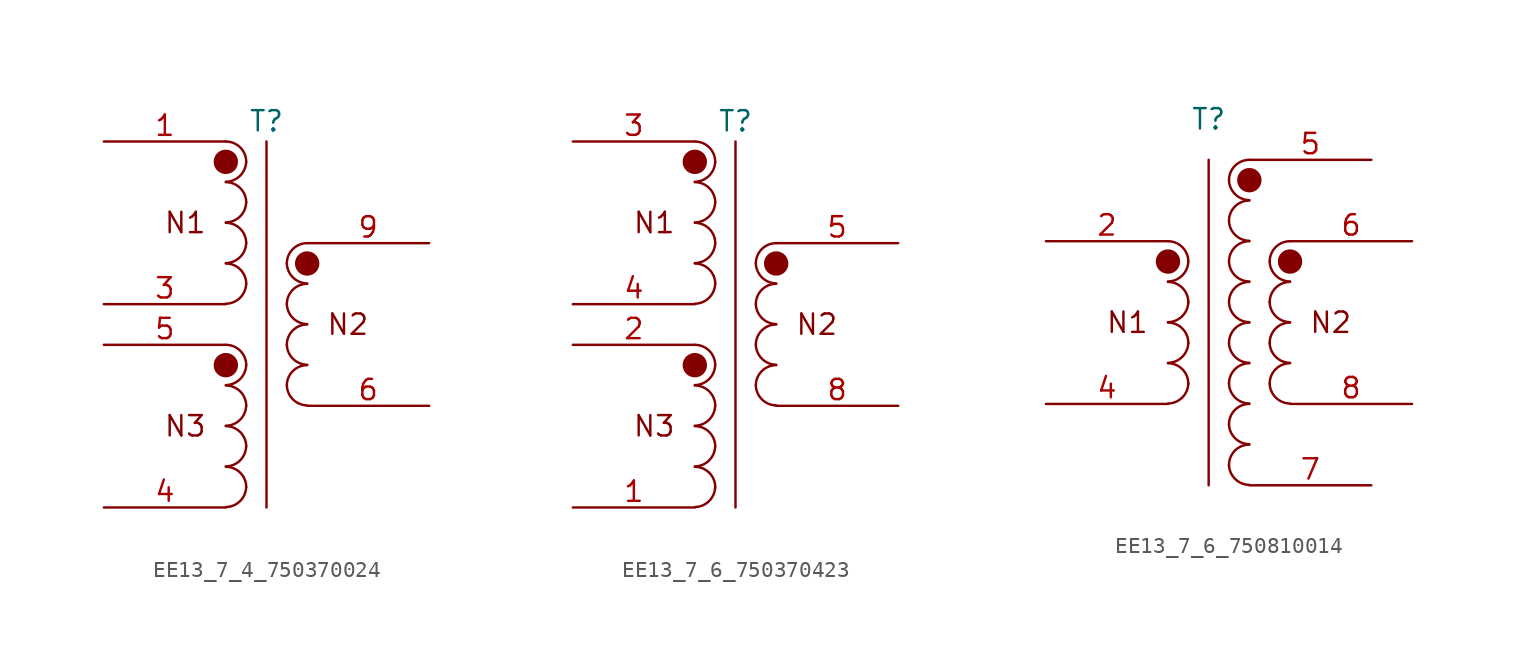
<source format=kicad_sym>
(kicad_symbol_lib
  (version 20220914)
  (generator kicad_symbol_editor)
  (symbol "EE13_7_4_750370024"
    (pin_names hide)
    (property "Reference" "T"
      (at 0 12.7 0)
      (effects (font (size 1.27 1.27))))
    (property "Critical Parameter" ""
      (at 0 -5.08 0)
      (effects (font (size 1.27 1.27)) (justify left)))
    (symbol "EE13_7_4_750370024_0_1"
      (arc (start -2.54 -11.4046) (mid -1.6561 -11.0363) (end -1.27 -10.16) (stroke (width 0) (type default)) (fill (type none)))
      (arc (start -2.54 -8.8646) (mid -1.6561 -8.4963) (end -1.27 -7.62) (stroke (width 0) (type default)) (fill (type none)))
      (arc (start -2.54 -6.3246) (mid -1.6561 -5.9563) (end -1.27 -5.08) (stroke (width 0) (type default)) (fill (type none)))
      (arc (start -2.54 -3.7846) (mid -1.6561 -3.4163) (end -1.27 -2.54) (stroke (width 0) (type default)) (fill (type none)))
      (arc (start -2.54 1.2954) (mid -1.6561 1.6637) (end -1.27 2.54) (stroke (width 0) (type default)) (fill (type none)))
      (arc (start -2.54 3.8354) (mid -1.6561 4.2037) (end -1.27 5.08) (stroke (width 0) (type default)) (fill (type none)))
      (arc (start -2.54 6.3754) (mid -1.6561 6.7437) (end -1.27 7.62) (stroke (width 0) (type default)) (fill (type none)))
      (arc (start -2.54 8.9154) (mid -1.6561 9.2837) (end -1.27 10.16) (stroke (width 0) (type default)) (fill (type none)))
      (arc (start -1.27 -10.16) (mid -1.642 -9.262) (end -2.54 -8.89) (stroke (width 0) (type default)) (fill (type none)))
      (arc (start -1.27 -7.62) (mid -1.642 -6.722) (end -2.54 -6.35) (stroke (width 0) (type default)) (fill (type none)))
      (arc (start -1.27 -5.08) (mid -1.642 -4.182) (end -2.54 -3.81) (stroke (width 0) (type default)) (fill (type none)))
      (arc (start -1.27 -2.54) (mid -1.642 -1.642) (end -2.54 -1.27) (stroke (width 0) (type default)) (fill (type none)))
      (arc (start -1.27 2.54) (mid -1.642 3.438) (end -2.54 3.81) (stroke (width 0) (type default)) (fill (type none)))
      (arc (start -1.27 5.08) (mid -1.642 5.978) (end -2.54 6.35) (stroke (width 0) (type default)) (fill (type none)))
      (arc (start -1.27 7.62) (mid -1.642 8.518) (end -2.54 8.89) (stroke (width 0) (type default)) (fill (type none)))
      (arc (start -1.27 10.16) (mid -1.642 11.058) (end -2.54 11.43) (stroke (width 0) (type default)) (fill (type none)))
      (polyline (pts (xy 0 -11.43) (xy 0 11.43)) (stroke (width 0) (type default)) (fill (type none)))
      (arc (start 1.27 -3.81) (mid 1.6561 -4.6863) (end 2.54 -5.0546) (stroke (width 0) (type default)) (fill (type none)))
      (arc (start 1.27 -1.27) (mid 1.6561 -2.1463) (end 2.54 -2.5146) (stroke (width 0) (type default)) (fill (type none)))
      (arc (start 1.27 1.27) (mid 1.6561 0.3937) (end 2.54 0.0254) (stroke (width 0) (type default)) (fill (type none)))
      (arc (start 1.27 3.81) (mid 1.6561 2.9337) (end 2.54 2.5654) (stroke (width 0) (type default)) (fill (type none)))
      (arc (start 2.54 -2.54) (mid 1.642 -2.912) (end 1.27 -3.81) (stroke (width 0) (type default)) (fill (type none)))
      (arc (start 2.54 0) (mid 1.642 -0.372) (end 1.27 -1.27) (stroke (width 0) (type default)) (fill (type none)))
      (arc (start 2.54 2.54) (mid 1.642 2.168) (end 1.27 1.27) (stroke (width 0) (type default)) (fill (type none)))
      (arc (start 2.54 5.08) (mid 1.642 4.708) (end 1.27 3.81) (stroke (width 0) (type default)) (fill (type none))))
    (symbol "EE13_7_4_750370024_1_1"
      (circle (center -2.54 -2.54) (radius 0.0001) (stroke (width 0.762) (type default)) (fill (type none)))
      (circle (center -2.54 10.16) (radius 0.0001) (stroke (width 0.762) (type default)) (fill (type none)))
      (circle (center 2.54 3.81) (radius 0.0001) (stroke (width 0.762) (type default)) (fill (type none)))
      (text "N1" (at -5.08 6.35 0) (effects (font (size 1.27 1.27))))
      (text "N2" (at 5.08 0 0) (effects (font (size 1.27 1.27))))
      (text "N3" (at -5.08 -6.35 0) (effects (font (size 1.27 1.27))))
      (pin passive line (at -10.16 11.43 0) (length 7.62) (name "1" (effects (font (size 1.27 1.27)))) (number "1" (effects (font (size 1.27 1.27)))))
      (pin passive line (at -10.16 1.27 0) (length 7.62) (name "3" (effects (font (size 1.27 1.27)))) (number "3" (effects (font (size 1.27 1.27)))))
      (pin passive line (at -10.16 -11.43 0) (length 7.62) (name "4" (effects (font (size 1.27 1.27)))) (number "4" (effects (font (size 1.27 1.27)))))
      (pin passive line (at -10.16 -1.27 0) (length 7.62) (name "5" (effects (font (size 1.27 1.27)))) (number "5" (effects (font (size 1.27 1.27)))))
      (pin passive line (at 10.16 -5.08 180) (length 7.62) (name "6" (effects (font (size 1.27 1.27)))) (number "6" (effects (font (size 1.27 1.27)))))
      (pin passive line (at 10.16 5.08 180) (length 7.62) (name "9" (effects (font (size 1.27 1.27)))) (number "9" (effects (font (size 1.27 1.27)))))))
  (symbol "EE13_7_6_750370423"
    (pin_names hide)
    (property "Reference" "T"
      (at 0 12.7 0)
      (effects (font (size 1.27 1.27))))
    (property "Critical Parameter" ""
      (at 0 -5.08 0)
      (effects (font (size 1.27 1.27)) (justify left)))
    (symbol "EE13_7_6_750370423_0_1"
      (arc (start -2.54 -11.4046) (mid -1.6561 -11.0363) (end -1.27 -10.16) (stroke (width 0) (type default)) (fill (type none)))
      (arc (start -2.54 -8.8646) (mid -1.6561 -8.4963) (end -1.27 -7.62) (stroke (width 0) (type default)) (fill (type none)))
      (arc (start -2.54 -6.3246) (mid -1.6561 -5.9563) (end -1.27 -5.08) (stroke (width 0) (type default)) (fill (type none)))
      (arc (start -2.54 -3.7846) (mid -1.6561 -3.4163) (end -1.27 -2.54) (stroke (width 0) (type default)) (fill (type none)))
      (arc (start -2.54 1.2954) (mid -1.6561 1.6637) (end -1.27 2.54) (stroke (width 0) (type default)) (fill (type none)))
      (arc (start -2.54 3.8354) (mid -1.6561 4.2037) (end -1.27 5.08) (stroke (width 0) (type default)) (fill (type none)))
      (arc (start -2.54 6.3754) (mid -1.6561 6.7437) (end -1.27 7.62) (stroke (width 0) (type default)) (fill (type none)))
      (arc (start -2.54 8.9154) (mid -1.6561 9.2837) (end -1.27 10.16) (stroke (width 0) (type default)) (fill (type none)))
      (arc (start -1.27 -10.16) (mid -1.642 -9.262) (end -2.54 -8.89) (stroke (width 0) (type default)) (fill (type none)))
      (arc (start -1.27 -7.62) (mid -1.642 -6.722) (end -2.54 -6.35) (stroke (width 0) (type default)) (fill (type none)))
      (arc (start -1.27 -5.08) (mid -1.642 -4.182) (end -2.54 -3.81) (stroke (width 0) (type default)) (fill (type none)))
      (arc (start -1.27 -2.54) (mid -1.642 -1.642) (end -2.54 -1.27) (stroke (width 0) (type default)) (fill (type none)))
      (arc (start -1.27 2.54) (mid -1.642 3.438) (end -2.54 3.81) (stroke (width 0) (type default)) (fill (type none)))
      (arc (start -1.27 5.08) (mid -1.642 5.978) (end -2.54 6.35) (stroke (width 0) (type default)) (fill (type none)))
      (arc (start -1.27 7.62) (mid -1.642 8.518) (end -2.54 8.89) (stroke (width 0) (type default)) (fill (type none)))
      (arc (start -1.27 10.16) (mid -1.642 11.058) (end -2.54 11.43) (stroke (width 0) (type default)) (fill (type none)))
      (polyline (pts (xy 0 -11.43) (xy 0 11.43)) (stroke (width 0) (type default)) (fill (type none)))
      (arc (start 1.27 -3.81) (mid 1.6561 -4.6863) (end 2.54 -5.0546) (stroke (width 0) (type default)) (fill (type none)))
      (arc (start 1.27 -1.27) (mid 1.6561 -2.1463) (end 2.54 -2.5146) (stroke (width 0) (type default)) (fill (type none)))
      (arc (start 1.27 1.27) (mid 1.6561 0.3937) (end 2.54 0.0254) (stroke (width 0) (type default)) (fill (type none)))
      (arc (start 1.27 3.81) (mid 1.6561 2.9337) (end 2.54 2.5654) (stroke (width 0) (type default)) (fill (type none)))
      (arc (start 2.54 -2.54) (mid 1.642 -2.912) (end 1.27 -3.81) (stroke (width 0) (type default)) (fill (type none)))
      (arc (start 2.54 0) (mid 1.642 -0.372) (end 1.27 -1.27) (stroke (width 0) (type default)) (fill (type none)))
      (arc (start 2.54 2.54) (mid 1.642 2.168) (end 1.27 1.27) (stroke (width 0) (type default)) (fill (type none)))
      (arc (start 2.54 5.08) (mid 1.642 4.708) (end 1.27 3.81) (stroke (width 0) (type default)) (fill (type none))))
    (symbol "EE13_7_6_750370423_1_1"
      (circle (center -2.54 -2.54) (radius 0.0001) (stroke (width 0.762) (type default)) (fill (type none)))
      (circle (center -2.54 10.16) (radius 0.0001) (stroke (width 0.762) (type default)) (fill (type none)))
      (circle (center 2.54 3.81) (radius 0.0001) (stroke (width 0.762) (type default)) (fill (type none)))
      (text "N1" (at -5.08 6.35 0) (effects (font (size 1.27 1.27))))
      (text "N2" (at 5.08 0 0) (effects (font (size 1.27 1.27))))
      (text "N3" (at -5.08 -6.35 0) (effects (font (size 1.27 1.27))))
      (pin passive line (at -10.16 -11.43 0) (length 7.62) (name "1" (effects (font (size 1.27 1.27)))) (number "1" (effects (font (size 1.27 1.27)))))
      (pin passive line (at -10.16 -1.27 0) (length 7.62) (name "2" (effects (font (size 1.27 1.27)))) (number "2" (effects (font (size 1.27 1.27)))))
      (pin passive line (at -10.16 11.43 0) (length 7.62) (name "3" (effects (font (size 1.27 1.27)))) (number "3" (effects (font (size 1.27 1.27)))))
      (pin passive line (at -10.16 1.27 0) (length 7.62) (name "4" (effects (font (size 1.27 1.27)))) (number "4" (effects (font (size 1.27 1.27)))))
      (pin passive line (at 10.16 5.08 180) (length 7.62) (name "5" (effects (font (size 1.27 1.27)))) (number "5" (effects (font (size 1.27 1.27)))))
      (pin passive line (at 10.16 -5.08 180) (length 7.62) (name "8" (effects (font (size 1.27 1.27)))) (number "8" (effects (font (size 1.27 1.27)))))))
  (symbol "EE13_7_6_750810014"
    (pin_names hide)
    (property "Reference" "T"
      (at 0 12.7 0)
      (effects (font (size 1.27 1.27))))
    (property "Critical Parameter" ""
      (at 0 -5.08 0)
      (effects (font (size 1.27 1.27)) (justify left)))
    (symbol "EE13_7_6_750810014_0_1"
      (arc (start -2.54 -5.0546) (mid -1.6561 -4.6863) (end -1.27 -3.81) (stroke (width 0) (type default)) (fill (type none)))
      (arc (start -2.54 -2.5146) (mid -1.6561 -2.1463) (end -1.27 -1.27) (stroke (width 0) (type default)) (fill (type none)))
      (arc (start -2.54 0.0254) (mid -1.6561 0.3937) (end -1.27 1.27) (stroke (width 0) (type default)) (fill (type none)))
      (arc (start -2.54 2.5654) (mid -1.6561 2.9337) (end -1.27 3.81) (stroke (width 0) (type default)) (fill (type none)))
      (arc (start -1.27 -3.81) (mid -1.642 -2.912) (end -2.54 -2.54) (stroke (width 0) (type default)) (fill (type none)))
      (arc (start -1.27 -1.27) (mid -1.642 -0.372) (end -2.54 0) (stroke (width 0) (type default)) (fill (type none)))
      (arc (start -1.27 1.27) (mid -1.642 2.168) (end -2.54 2.54) (stroke (width 0) (type default)) (fill (type none)))
      (arc (start -1.27 3.81) (mid -1.642 4.708) (end -2.54 5.08) (stroke (width 0) (type default)) (fill (type none)))
      (polyline (pts (xy 0 -10.16) (xy 0 10.16)) (stroke (width 0) (type default)) (fill (type none)))
      (arc (start 1.27 -8.89) (mid 1.656 -9.7664) (end 2.54 -10.1346) (stroke (width 0) (type default)) (fill (type none)))
      (arc (start 1.27 -6.35) (mid 1.656 -7.2264) (end 2.54 -7.5946) (stroke (width 0) (type default)) (fill (type none)))
      (arc (start 1.27 -3.81) (mid 1.656 -4.6864) (end 2.54 -5.0546) (stroke (width 0) (type default)) (fill (type none)))
      (arc (start 1.27 -1.27) (mid 1.656 -2.1464) (end 2.54 -2.5146) (stroke (width 0) (type default)) (fill (type none)))
      (arc (start 1.27 1.27) (mid 1.656 0.3936) (end 2.54 0.0254) (stroke (width 0) (type default)) (fill (type none)))
      (arc (start 1.27 3.81) (mid 1.656 2.9336) (end 2.54 2.5654) (stroke (width 0) (type default)) (fill (type none)))
      (arc (start 1.27 6.35) (mid 1.656 5.4736) (end 2.54 5.1054) (stroke (width 0) (type default)) (fill (type none)))
      (arc (start 1.27 8.89) (mid 1.656 8.0136) (end 2.54 7.6454) (stroke (width 0) (type default)) (fill (type none)))
      (arc (start 2.54 -7.62) (mid 1.642 -7.992) (end 1.27 -8.89) (stroke (width 0) (type default)) (fill (type none)))
      (arc (start 2.54 -5.08) (mid 1.642 -5.452) (end 1.27 -6.35) (stroke (width 0) (type default)) (fill (type none)))
      (arc (start 2.54 -2.54) (mid 1.642 -2.912) (end 1.27 -3.81) (stroke (width 0) (type default)) (fill (type none)))
      (arc (start 2.54 0) (mid 1.642 -0.372) (end 1.27 -1.27) (stroke (width 0) (type default)) (fill (type none)))
      (arc (start 2.54 2.54) (mid 1.642 2.168) (end 1.27 1.27) (stroke (width 0) (type default)) (fill (type none)))
      (arc (start 2.54 5.08) (mid 1.642 4.708) (end 1.27 3.81) (stroke (width 0) (type default)) (fill (type none)))
      (arc (start 2.54 7.62) (mid 1.642 7.248) (end 1.27 6.35) (stroke (width 0) (type default)) (fill (type none)))
      (arc (start 2.54 10.16) (mid 1.642 9.788) (end 1.27 8.89) (stroke (width 0) (type default)) (fill (type none)))
      (arc (start 3.81 -3.81) (mid 4.1961 -4.6863) (end 5.08 -5.0546) (stroke (width 0) (type default)) (fill (type none)))
      (arc (start 3.81 -1.27) (mid 4.1961 -2.1463) (end 5.08 -2.5146) (stroke (width 0) (type default)) (fill (type none)))
      (arc (start 3.81 1.27) (mid 4.1961 0.3937) (end 5.08 0.0254) (stroke (width 0) (type default)) (fill (type none)))
      (arc (start 3.81 3.81) (mid 4.1961 2.9337) (end 5.08 2.5654) (stroke (width 0) (type default)) (fill (type none)))
      (arc (start 5.08 -2.54) (mid 4.182 -2.912) (end 3.81 -3.81) (stroke (width 0) (type default)) (fill (type none)))
      (arc (start 5.08 0) (mid 4.182 -0.372) (end 3.81 -1.27) (stroke (width 0) (type default)) (fill (type none)))
      (arc (start 5.08 2.54) (mid 4.182 2.168) (end 3.81 1.27) (stroke (width 0) (type default)) (fill (type none)))
      (arc (start 5.08 5.08) (mid 4.182 4.708) (end 3.81 3.81) (stroke (width 0) (type default)) (fill (type none))))
    (symbol "EE13_7_6_750810014_1_1"
      (circle (center -2.54 3.81) (radius 0.0001) (stroke (width 0.762) (type default)) (fill (type none)))
      (circle (center 2.54 8.89) (radius 0.0001) (stroke (width 0.762) (type default)) (fill (type none)))
      (circle (center 5.08 3.81) (radius 0.0001) (stroke (width 0.762) (type default)) (fill (type none)))
      (text "N1" (at -5.08 0 0) (effects (font (size 1.27 1.27))))
      (text "N2" (at 7.62 0 0) (effects (font (size 1.27 1.27))))
      (pin passive line (at -10.16 5.08 0) (length 7.62) (name "2" (effects (font (size 1.27 1.27)))) (number "2" (effects (font (size 1.27 1.27)))))
      (pin passive line (at -10.16 -5.08 0) (length 7.62) (name "4" (effects (font (size 1.27 1.27)))) (number "4" (effects (font (size 1.27 1.27)))))
      (pin passive line (at 10.16 10.16 180) (length 7.62) (name "5" (effects (font (size 1.27 1.27)))) (number "5" (effects (font (size 1.27 1.27)))))
      (pin passive line (at 12.7 5.08 180) (length 7.62) (name "6" (effects (font (size 1.27 1.27)))) (number "6" (effects (font (size 1.27 1.27)))))
      (pin passive line (at 10.16 -10.16 180) (length 7.62) (name "7" (effects (font (size 1.27 1.27)))) (number "7" (effects (font (size 1.27 1.27)))))
      (pin passive line (at 12.7 -5.08 180) (length 7.62) (name "8" (effects (font (size 1.27 1.27)))) (number "8" (effects (font (size 1.27 1.27))))))))
</source>
